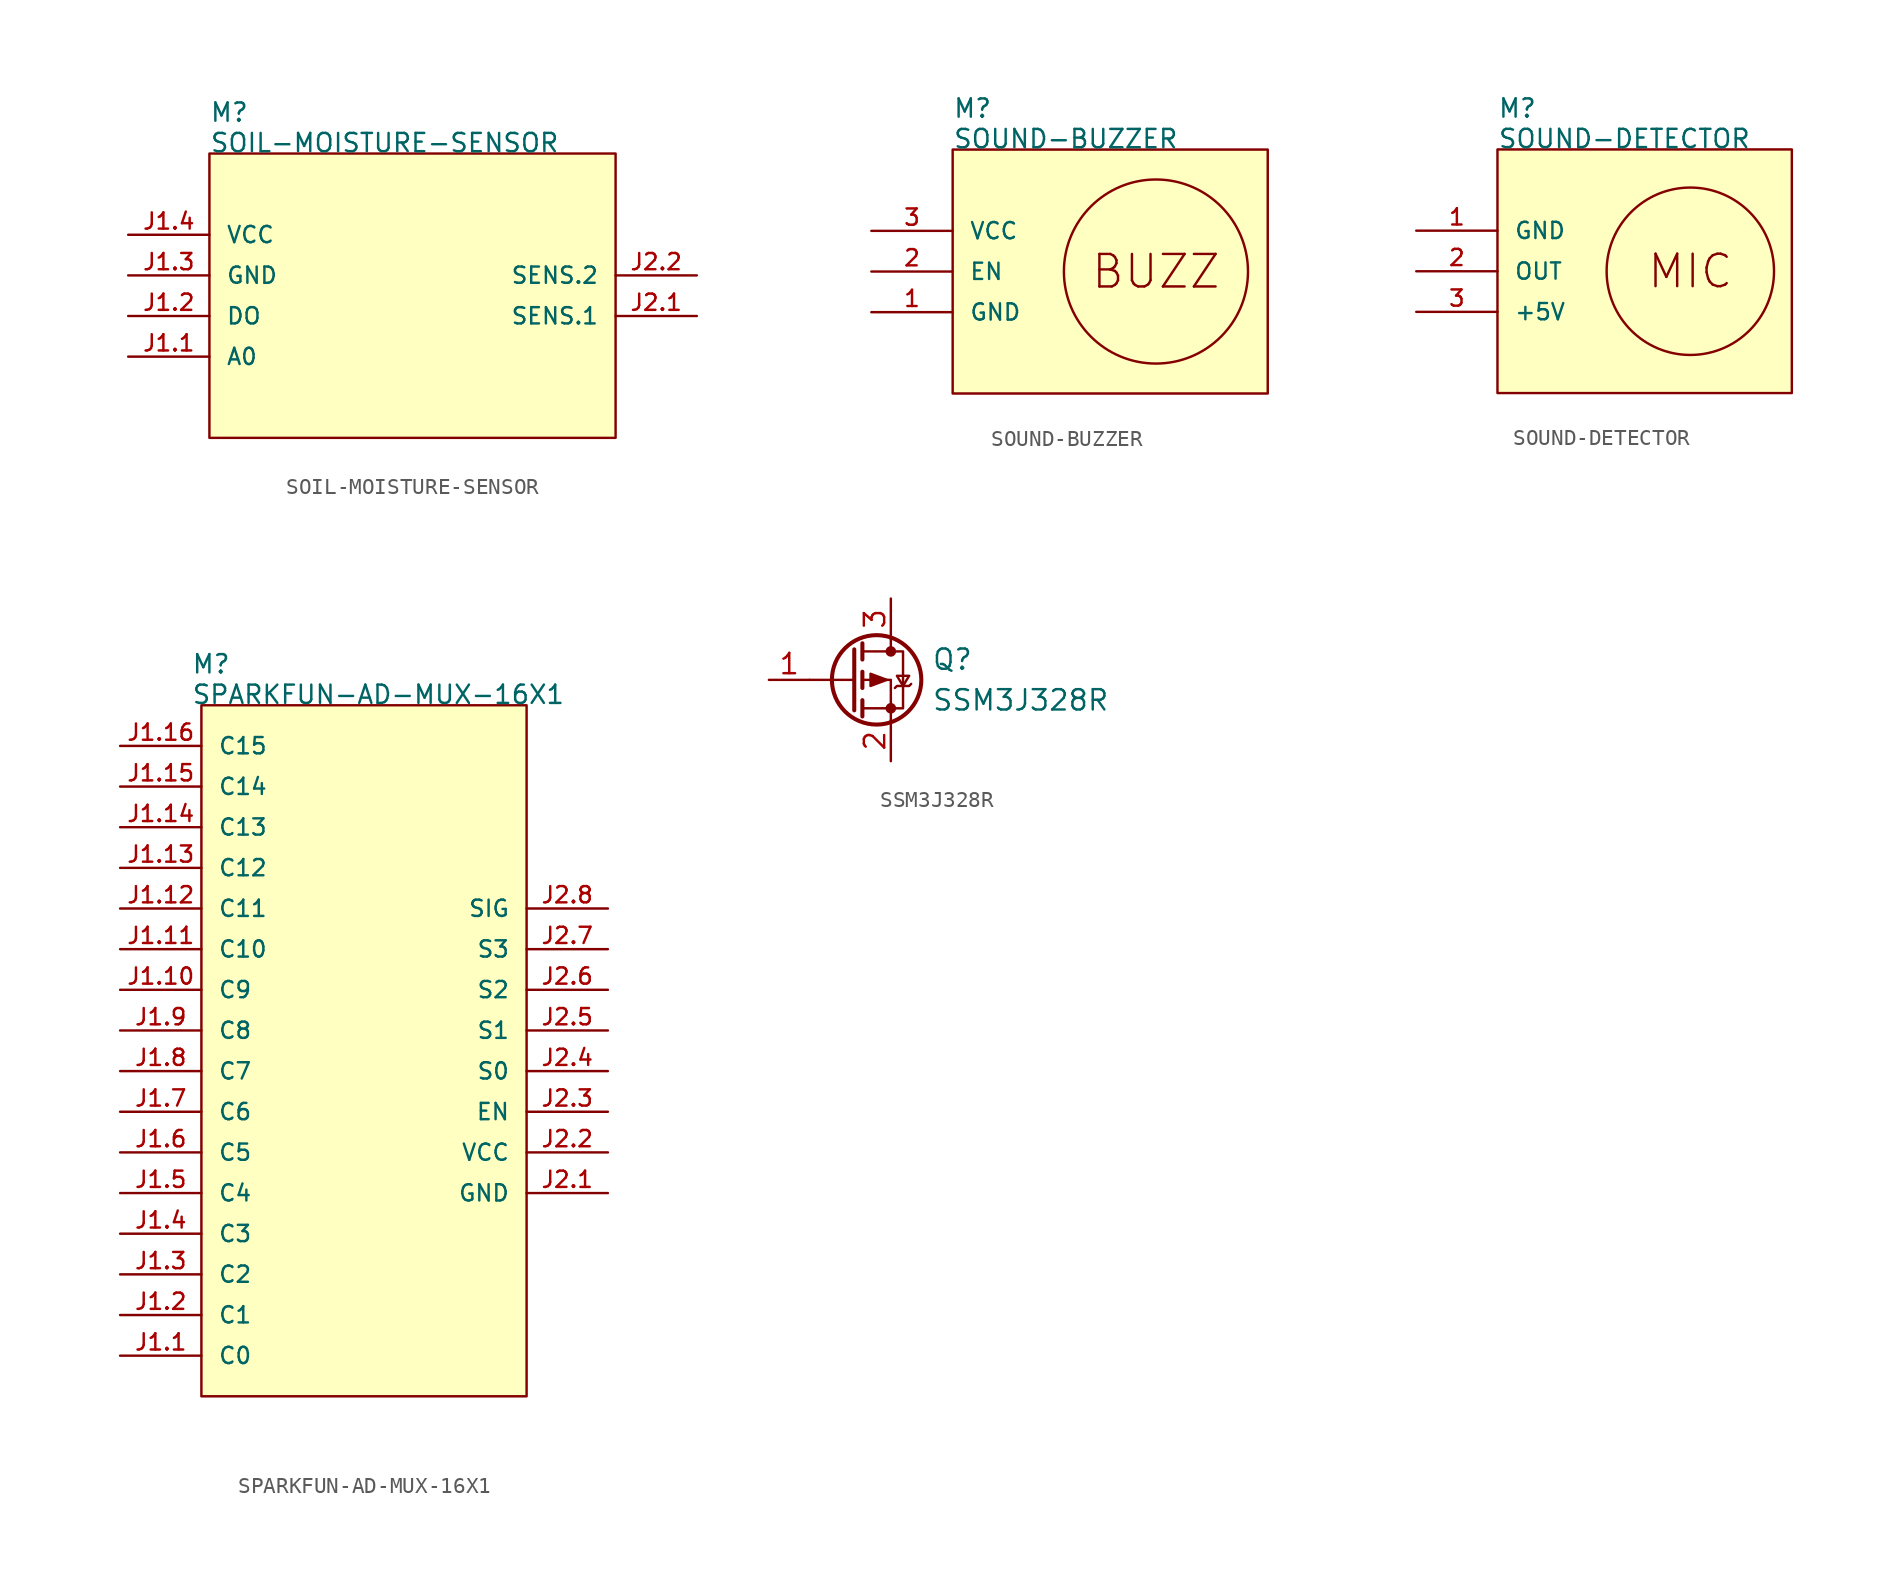
<source format=kicad_sym>
(kicad_symbol_lib
  (version 20231120)
  (generator "kicad_symbol_editor")
  (generator_version "8.0")
  (symbol "SOIL-MOISTURE-SENSOR"
    (pin_names
      (offset 1.016))
    (property "Reference" "M"
      (at -12.7 9.525 0)
      (effects (font (size 1.143 1.143)) (justify left bottom)))
    (property "Value" "SOIL-MOISTURE-SENSOR"
      (at -12.7 7.62 0)
      (effects (font (size 1.143 1.143)) (justify left bottom)))
    (property "ki_locked" ""
      (at 0 0 0)
      (effects (font (size 1.27 1.27))))
    (symbol "SOIL-MOISTURE-SENSOR_1_1"
      (rectangle (start -12.7 -10.16) (end 12.7 7.62) (stroke (width 0) (type default)) (fill (type background)))
      (pin bidirectional line (at -17.78 -5.08 0) (length 5.08) (name "A0" (effects (font (size 1.016 1.016)))) (number "J1.1" (effects (font (size 1.016 1.016)))))
      (pin output line (at -17.78 -2.54 0) (length 5.08) (name "DO" (effects (font (size 1.016 1.016)))) (number "J1.2" (effects (font (size 1.016 1.016)))))
      (pin power_in line (at -17.78 0 0) (length 5.08) (name "GND" (effects (font (size 1.016 1.016)))) (number "J1.3" (effects (font (size 1.016 1.016)))))
      (pin power_in line (at -17.78 2.54 0) (length 5.08) (name "VCC" (effects (font (size 1.016 1.016)))) (number "J1.4" (effects (font (size 1.016 1.016)))))
      (pin bidirectional line (at 17.78 -2.54 180) (length 5.08) (name "SENS.1" (effects (font (size 1.016 1.016)))) (number "J2.1" (effects (font (size 1.016 1.016)))))
      (pin bidirectional line (at 17.78 0 180) (length 5.08) (name "SENS.2" (effects (font (size 1.016 1.016)))) (number "J2.2" (effects (font (size 1.016 1.016)))))))
  (symbol "SOUND-BUZZER"
    (pin_names
      (offset 1.016))
    (property "Reference" "M"
      (at -4.445 9.525 0)
      (effects (font (size 1.143 1.143)) (justify left bottom)))
    (property "Value" "SOUND-BUZZER"
      (at -4.445 7.62 0)
      (effects (font (size 1.143 1.143)) (justify left bottom)))
    (property "ki_locked" ""
      (at 0 0 0)
      (effects (font (size 1.27 1.27))))
    (symbol "SOUND-BUZZER_1_0"
      (text "BUZZ" (at 8.255 0 0) (effects (font (size 2.032 2.032)))))
    (symbol "SOUND-BUZZER_1_1"
      (rectangle (start -4.445 -7.62) (end 15.24 7.62) (stroke (width 0) (type default)) (fill (type background)))
      (circle (center 8.255 0) (radius 5.75) (stroke (width 0) (type default)) (fill (type none)))
      (pin power_in line (at -9.525 -2.54 0) (length 5.08) (name "GND" (effects (font (size 1.016 1.016)))) (number "1" (effects (font (size 1.016 1.016)))))
      (pin input line (at -9.525 0 0) (length 5.08) (name "EN" (effects (font (size 1.016 1.016)))) (number "2" (effects (font (size 1.016 1.016)))))
      (pin power_in line (at -9.525 2.54 0) (length 5.08) (name "VCC" (effects (font (size 1.016 1.016)))) (number "3" (effects (font (size 1.016 1.016)))))))
  (symbol "SOUND-DETECTOR"
    (pin_names
      (offset 1.016))
    (property "Reference" "M"
      (at -5.08 9.525 0)
      (effects (font (size 1.143 1.143)) (justify left bottom)))
    (property "Value" "SOUND-DETECTOR"
      (at -5.08 7.62 0)
      (effects (font (size 1.143 1.143)) (justify left bottom)))
    (property "ki_locked" ""
      (at 0 0 0)
      (effects (font (size 1.27 1.27))))
    (symbol "SOUND-DETECTOR_1_0"
      (text "MIC" (at 6.985 0 0) (effects (font (size 2.032 2.032)))))
    (symbol "SOUND-DETECTOR_1_1"
      (rectangle (start -5.08 7.62) (end 13.335 -7.62) (stroke (width 0) (type default)) (fill (type background)))
      (circle (center 6.985 0) (radius 5.236) (stroke (width 0) (type default)) (fill (type none)))
      (pin power_in line (at -10.16 2.54 0) (length 5.08) (name "GND" (effects (font (size 1.016 1.016)))) (number "1" (effects (font (size 1.016 1.016)))))
      (pin output line (at -10.16 0 0) (length 5.08) (name "OUT" (effects (font (size 1.016 1.016)))) (number "2" (effects (font (size 1.016 1.016)))))
      (pin power_in line (at -10.16 -2.54 0) (length 5.08) (name "+5V" (effects (font (size 1.016 1.016)))) (number "3" (effects (font (size 1.016 1.016)))))))
  (symbol "SPARKFUN-AD-MUX-16X1"
    (pin_names
      (offset 1.016))
    (property "Reference" "M"
      (at -10.795 22.225 0)
      (effects (font (size 1.143 1.143)) (justify left bottom)))
    (property "Value" "SPARKFUN-AD-MUX-16X1"
      (at -10.795 20.32 0)
      (effects (font (size 1.143 1.143)) (justify left bottom)))
    (property "ki_locked" ""
      (at 0 0 0)
      (effects (font (size 1.27 1.27))))
    (symbol "SPARKFUN-AD-MUX-16X1_1_0"
      (rectangle (start -10.16 20.32) (end 10.16 -22.86) (stroke (width 0) (type default)) (fill (type background))))
    (symbol "SPARKFUN-AD-MUX-16X1_1_1"
      (pin bidirectional line (at -15.24 -20.32 0) (length 5.08) (name "C0" (effects (font (size 1.016 1.016)))) (number "J1.1" (effects (font (size 1.016 1.016)))))
      (pin bidirectional line (at -15.24 2.54 0) (length 5.08) (name "C9" (effects (font (size 1.016 1.016)))) (number "J1.10" (effects (font (size 1.016 1.016)))))
      (pin bidirectional line (at -15.24 5.08 0) (length 5.08) (name "C10" (effects (font (size 1.016 1.016)))) (number "J1.11" (effects (font (size 1.016 1.016)))))
      (pin bidirectional line (at -15.24 7.62 0) (length 5.08) (name "C11" (effects (font (size 1.016 1.016)))) (number "J1.12" (effects (font (size 1.016 1.016)))))
      (pin bidirectional line (at -15.24 10.16 0) (length 5.08) (name "C12" (effects (font (size 1.016 1.016)))) (number "J1.13" (effects (font (size 1.016 1.016)))))
      (pin bidirectional line (at -15.24 12.7 0) (length 5.08) (name "C13" (effects (font (size 1.016 1.016)))) (number "J1.14" (effects (font (size 1.016 1.016)))))
      (pin bidirectional line (at -15.24 15.24 0) (length 5.08) (name "C14" (effects (font (size 1.016 1.016)))) (number "J1.15" (effects (font (size 1.016 1.016)))))
      (pin bidirectional line (at -15.24 17.78 0) (length 5.08) (name "C15" (effects (font (size 1.016 1.016)))) (number "J1.16" (effects (font (size 1.016 1.016)))))
      (pin bidirectional line (at -15.24 -17.78 0) (length 5.08) (name "C1" (effects (font (size 1.016 1.016)))) (number "J1.2" (effects (font (size 1.016 1.016)))))
      (pin bidirectional line (at -15.24 -15.24 0) (length 5.08) (name "C2" (effects (font (size 1.016 1.016)))) (number "J1.3" (effects (font (size 1.016 1.016)))))
      (pin bidirectional line (at -15.24 -12.7 0) (length 5.08) (name "C3" (effects (font (size 1.016 1.016)))) (number "J1.4" (effects (font (size 1.016 1.016)))))
      (pin bidirectional line (at -15.24 -10.16 0) (length 5.08) (name "C4" (effects (font (size 1.016 1.016)))) (number "J1.5" (effects (font (size 1.016 1.016)))))
      (pin bidirectional line (at -15.24 -7.62 0) (length 5.08) (name "C5" (effects (font (size 1.016 1.016)))) (number "J1.6" (effects (font (size 1.016 1.016)))))
      (pin bidirectional line (at -15.24 -5.08 0) (length 5.08) (name "C6" (effects (font (size 1.016 1.016)))) (number "J1.7" (effects (font (size 1.016 1.016)))))
      (pin bidirectional line (at -15.24 -2.54 0) (length 5.08) (name "C7" (effects (font (size 1.016 1.016)))) (number "J1.8" (effects (font (size 1.016 1.016)))))
      (pin bidirectional line (at -15.24 0 0) (length 5.08) (name "C8" (effects (font (size 1.016 1.016)))) (number "J1.9" (effects (font (size 1.016 1.016)))))
      (pin power_in line (at 15.24 -10.16 180) (length 5.08) (name "GND" (effects (font (size 1.016 1.016)))) (number "J2.1" (effects (font (size 1.016 1.016)))))
      (pin power_in line (at 15.24 -7.62 180) (length 5.08) (name "VCC" (effects (font (size 1.016 1.016)))) (number "J2.2" (effects (font (size 1.016 1.016)))))
      (pin input line (at 15.24 -5.08 180) (length 5.08) (name "EN" (effects (font (size 1.016 1.016)))) (number "J2.3" (effects (font (size 1.016 1.016)))))
      (pin bidirectional line (at 15.24 -2.54 180) (length 5.08) (name "S0" (effects (font (size 1.016 1.016)))) (number "J2.4" (effects (font (size 1.016 1.016)))))
      (pin bidirectional line (at 15.24 0 180) (length 5.08) (name "S1" (effects (font (size 1.016 1.016)))) (number "J2.5" (effects (font (size 1.016 1.016)))))
      (pin bidirectional line (at 15.24 2.54 180) (length 5.08) (name "S2" (effects (font (size 1.016 1.016)))) (number "J2.6" (effects (font (size 1.016 1.016)))))
      (pin bidirectional line (at 15.24 5.08 180) (length 5.08) (name "S3" (effects (font (size 1.016 1.016)))) (number "J2.7" (effects (font (size 1.016 1.016)))))
      (pin bidirectional line (at 15.24 7.62 180) (length 5.08) (name "SIG" (effects (font (size 1.016 1.016)))) (number "J2.8" (effects (font (size 1.016 1.016)))))))
  (symbol "SSM3J328R"
    (pin_names
      (offset 0) hide)
    (property "Reference" "Q"
      (at 5.08 1.27 0)
      (effects (font (size 1.27 1.27)) (justify left)))
    (property "Value" "SSM3J328R"
      (at 5.08 -1.27 0)
      (effects (font (size 1.27 1.27)) (justify left)))
    (symbol "SSM3J328R_0_1"
      (polyline (pts (xy 0.254 0) (xy -2.54 0)) (stroke (width 0) (type default)) (fill (type none)))
      (polyline (pts (xy 0.254 1.905) (xy 0.254 -1.905)) (stroke (width 0.254) (type default)) (fill (type none)))
      (polyline (pts (xy 0.762 -1.27) (xy 0.762 -2.286)) (stroke (width 0.254) (type default)) (fill (type none)))
      (polyline (pts (xy 0.762 0.508) (xy 0.762 -0.508)) (stroke (width 0.254) (type default)) (fill (type none)))
      (polyline (pts (xy 0.762 2.286) (xy 0.762 1.27)) (stroke (width 0.254) (type default)) (fill (type none)))
      (polyline (pts (xy 2.54 2.54) (xy 2.54 1.778)) (stroke (width 0) (type default)) (fill (type none)))
      (polyline (pts (xy 2.54 -2.54) (xy 2.54 0) (xy 0.762 0)) (stroke (width 0) (type default)) (fill (type none)))
      (polyline (pts (xy 0.762 1.778) (xy 3.302 1.778) (xy 3.302 -1.778) (xy 0.762 -1.778)) (stroke (width 0) (type default)) (fill (type none)))
      (polyline (pts (xy 2.286 0) (xy 1.27 0.381) (xy 1.27 -0.381) (xy 2.286 0)) (stroke (width 0) (type default)) (fill (type outline)))
      (polyline (pts (xy 2.794 -0.508) (xy 2.921 -0.381) (xy 3.683 -0.381) (xy 3.81 -0.254)) (stroke (width 0) (type default)) (fill (type none)))
      (polyline (pts (xy 3.302 -0.381) (xy 2.921 0.254) (xy 3.683 0.254) (xy 3.302 -0.381)) (stroke (width 0) (type default)) (fill (type none)))
      (circle (center 1.651 0) (radius 2.794) (stroke (width 0.254) (type default)) (fill (type none)))
      (circle (center 2.54 -1.778) (radius 0.254) (stroke (width 0) (type default)) (fill (type outline)))
      (circle (center 2.54 1.778) (radius 0.254) (stroke (width 0) (type default)) (fill (type outline))))
    (symbol "SSM3J328R_1_1"
      (pin input line (at -5.08 0 0) (length 2.54) (name "G" (effects (font (size 1.27 1.27)))) (number "1" (effects (font (size 1.27 1.27)))))
      (pin passive line (at 2.54 -5.08 90) (length 2.54) (name "S" (effects (font (size 1.27 1.27)))) (number "2" (effects (font (size 1.27 1.27)))))
      (pin passive line (at 2.54 5.08 270) (length 2.54) (name "D" (effects (font (size 1.27 1.27)))) (number "3" (effects (font (size 1.27 1.27))))))))
</source>
